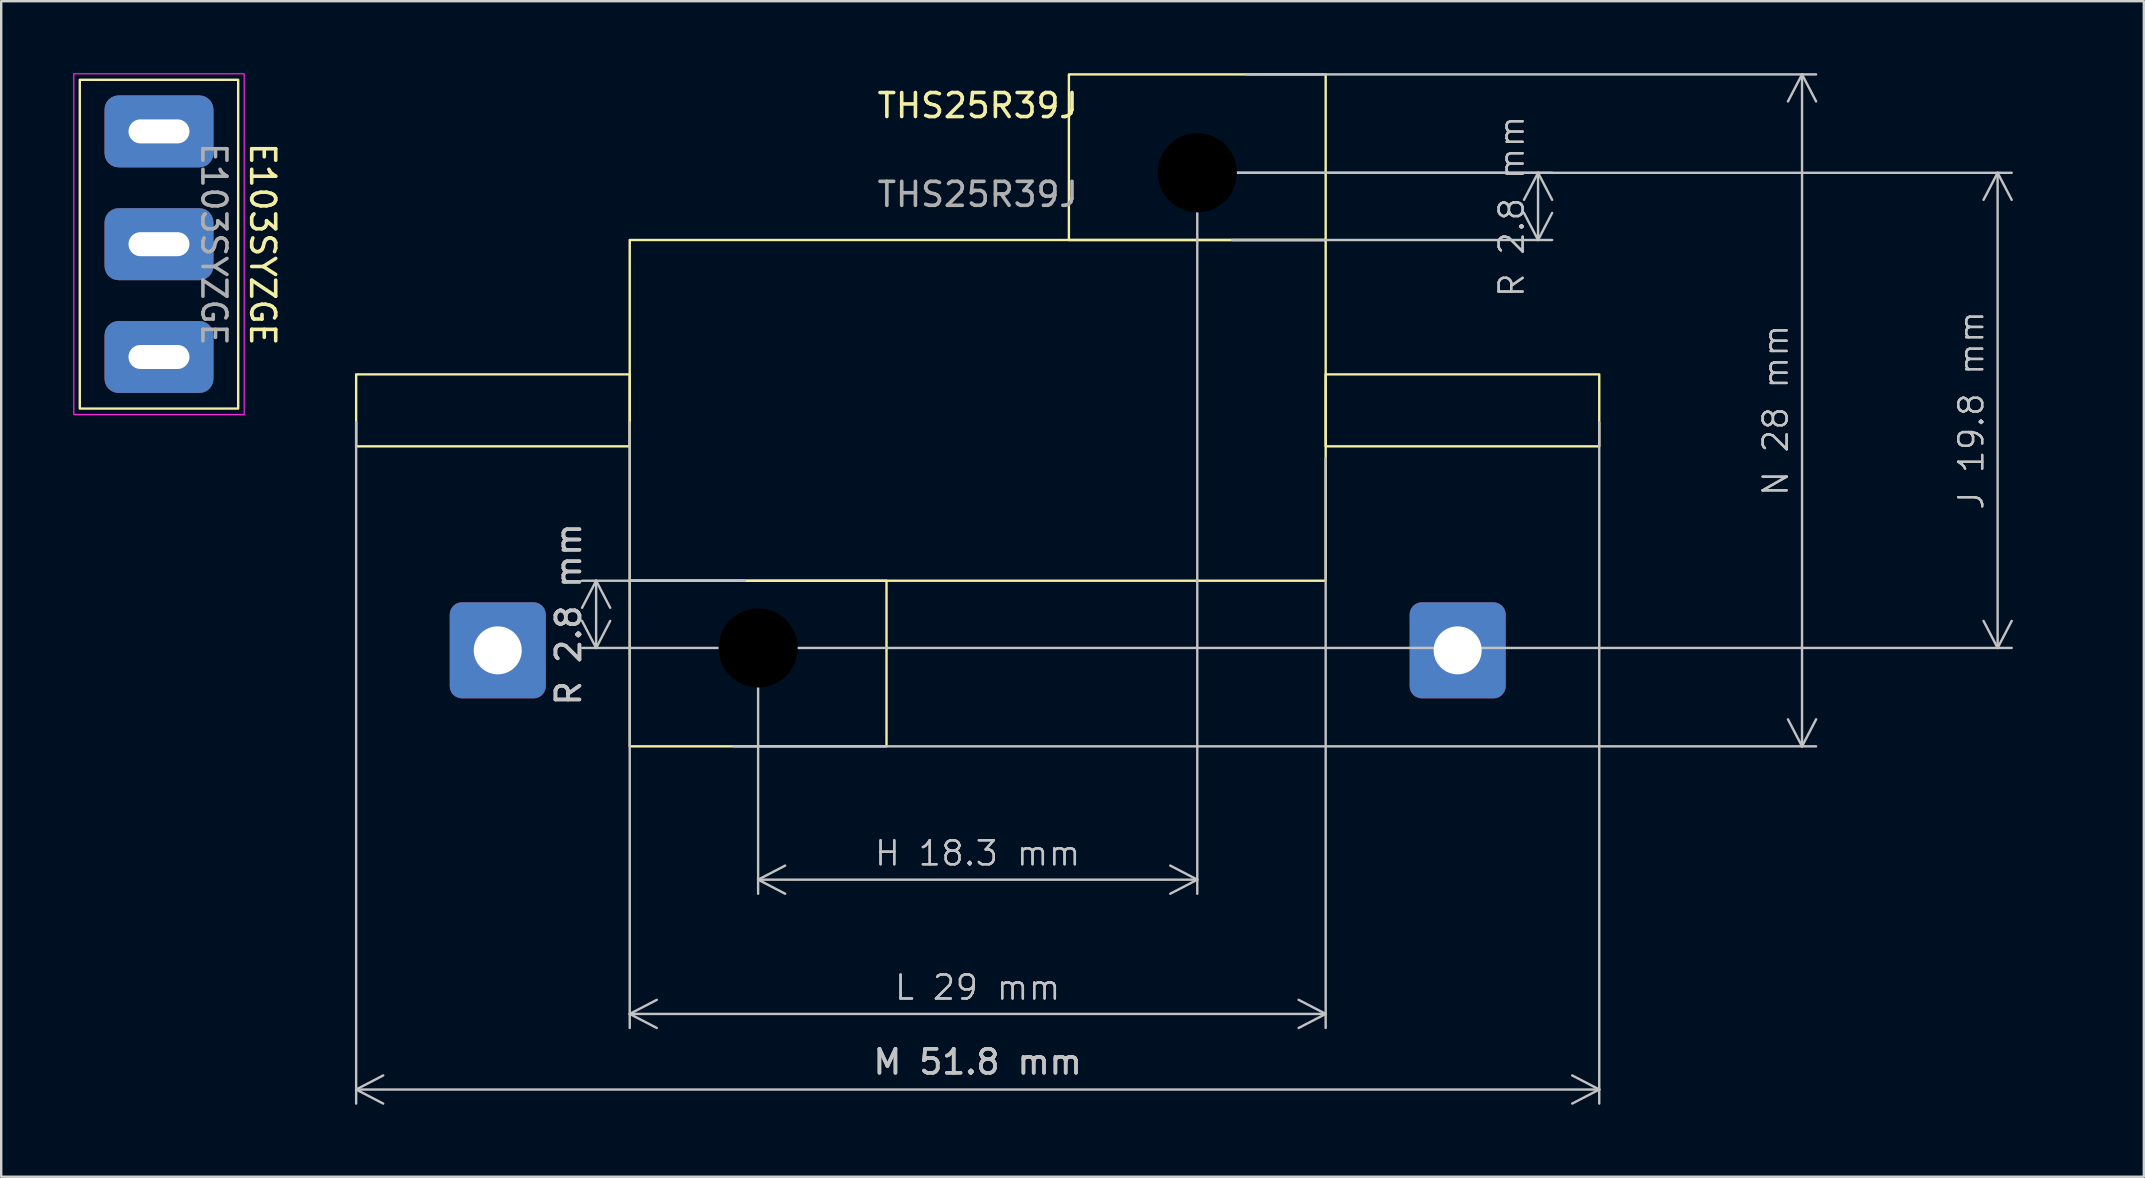
<source format=kicad_pcb>
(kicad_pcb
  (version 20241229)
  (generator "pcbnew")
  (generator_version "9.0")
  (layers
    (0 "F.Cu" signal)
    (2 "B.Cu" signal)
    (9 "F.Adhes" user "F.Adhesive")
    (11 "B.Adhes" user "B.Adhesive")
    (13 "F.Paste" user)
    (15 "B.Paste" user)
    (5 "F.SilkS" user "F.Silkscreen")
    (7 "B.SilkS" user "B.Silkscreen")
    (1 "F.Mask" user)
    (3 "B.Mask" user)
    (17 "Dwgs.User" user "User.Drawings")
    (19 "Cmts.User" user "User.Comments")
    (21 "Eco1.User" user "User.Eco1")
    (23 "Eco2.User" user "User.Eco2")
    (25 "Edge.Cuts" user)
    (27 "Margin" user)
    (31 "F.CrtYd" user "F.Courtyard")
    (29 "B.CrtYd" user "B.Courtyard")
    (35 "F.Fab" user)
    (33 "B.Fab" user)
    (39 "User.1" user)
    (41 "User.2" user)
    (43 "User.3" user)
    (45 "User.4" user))
  (footprint "THS25R39J"
    (layer "F.Cu")
    (at 37.691 14.05)
    (property "Reference" "THS25R39J" (at 0 -12.7 0) (unlocked yes) (layer "F.SilkS") (effects (font (size 1 1) (thickness 0.15))))
    (attr through_hole)
    (fp_rect (start -25.9 -1.5) (end -14.5 1.5) (stroke (width 0.1) (type solid)) (fill no) (layer "F.SilkS"))
    (fp_rect (start -14.5 -7.1) (end 14.5 7.1) (stroke (width 0.1) (type solid)) (fill no) (layer "F.SilkS"))
    (fp_rect (start -14.5 7.1) (end -3.8 14) (stroke (width 0.1) (type solid)) (fill no) (layer "F.SilkS"))
    (fp_rect (start 3.8 -14) (end 14.5 -7.1) (stroke (width 0.1) (type solid)) (fill no) (layer "F.SilkS"))
    (fp_rect (start 14.5 -1.5) (end 25.9 1.5) (stroke (width 0.1) (type solid)) (fill no) (layer "F.SilkS"))
    (fp_text user "${REFERENCE}" (at 0 -9 0) (unlocked yes) (layer "F.Fab") (effects (font (size 1 1) (thickness 0.15))))
    (dimension (type orthogonal) (layer "Dwgs.User") (pts (xy 46.841 4.05) (xy 28.541 24.05)) (height 29.556) (orientation 0) (format (prefix "H ") (suffix "") (units 2) (units_format 1) (precision 4) (suppress_zeroes yes)) (style (thickness 0.1) (arrow_length 1.27) (text_position_mode 0) (arrow_direction outward) (extension_height 0.586) (extension_offset 0.5) (keep_text_aligned yes)) (gr_text "H 18.3 mm" (at 37.691 32.506 0) (layer "Dwgs.User") (effects (font (size 1 1) (thickness 0.1)))))
    (dimension (type orthogonal) (layer "Dwgs.User") (pts (xy 28.491 21.15) (xy 28.541 23.95)) (height -6.7) (orientation 1) (format (prefix "R ") (suffix "") (units 2) (units_format 1) (precision 4) (suppress_zeroes yes)) (style (thickness 0.1) (arrow_length 1.27) (text_position_mode 0) (arrow_direction outward) (extension_height 0.586) (extension_offset 0.5) (keep_text_aligned yes)) (gr_text "R 2.8 mm" (at 20.641 22.55 90) (layer "Dwgs.User") (effects (font (size 1 1) (thickness 0.15)))))
    (dimension (type orthogonal) (layer "Dwgs.User") (pts (xy 11.791 14.05) (xy 63.591 14.05)) (height 28.3) (orientation 0) (format (prefix "M ") (suffix "") (units 2) (units_format 1) (precision 4) (suppress_zeroes yes)) (style (thickness 0.1) (arrow_length 1.27) (text_position_mode 0) (arrow_direction outward) (extension_height 0.586) (extension_offset 0.5) (keep_text_aligned yes)) (gr_text "M 51.8 mm" (at 37.691 41.2 0) (layer "Dwgs.User") (effects (font (size 1 1) (thickness 0.15)))))
    (dimension (type orthogonal) (layer "Dwgs.User") (pts (xy 23.191 14.05) (xy 52.191 15.55)) (height 25.15) (orientation 0) (format (prefix "L ") (suffix "") (units 2) (units_format 1) (precision 4) (suppress_zeroes yes)) (style (thickness 0.1) (arrow_length 1.27) (text_position_mode 0) (arrow_direction outward) (extension_height 0.586) (extension_offset 0.5) (keep_text_aligned yes)) (gr_text "L 29 mm" (at 37.691 38.1 0) (layer "Dwgs.User") (effects (font (size 1 1) (thickness 0.1)))))
    (dimension (type orthogonal) (layer "Dwgs.User") (pts (xy 46.841 4.15) (xy 47.791 6.95)) (height 14.2) (orientation 1) (format (prefix "R ") (suffix "") (units 2) (units_format 1) (precision 4) (suppress_zeroes yes)) (style (thickness 0.1) (arrow_length 1.27) (text_position_mode 0) (arrow_direction outward) (extension_height 0.586) (extension_offset 0.5) (keep_text_aligned yes)) (gr_text "R 2.8 mm" (at 59.941 5.55 90) (layer "Dwgs.User") (effects (font (size 1 1) (thickness 0.1)))))
    (dimension (type orthogonal) (layer "Dwgs.User") (pts (xy 27.012 28.05) (xy 48.37 0.05)) (height 45.029) (orientation 1) (format (prefix "N ") (suffix "") (units 2) (units_format 1) (precision 4) (suppress_zeroes yes)) (style (thickness 0.1) (arrow_length 1.27) (text_position_mode 0) (arrow_direction outward) (extension_height 0.586) (extension_offset 0.5) (keep_text_aligned yes)) (gr_text "N 28 mm" (at 70.941 14.05 90) (layer "Dwgs.User") (effects (font (size 1 1) (thickness 0.1)))))
    (dimension (type orthogonal) (layer "Dwgs.User") (pts (xy 28.541 23.95) (xy 46.851 4.15)) (height 51.65) (orientation 1) (format (prefix "J ") (suffix "") (units 2) (units_format 1) (precision 4) (suppress_zeroes yes)) (style (thickness 0.1) (arrow_length 1.27) (text_position_mode 0) (arrow_direction outward) (extension_height 0.586) (extension_offset 0.5) (keep_text_aligned yes)) (gr_text "J 19.8 mm" (at 79.091 14.05 90) (layer "Dwgs.User") (effects (font (size 1 1) (thickness 0.1)))))
    (pad "" np_thru_hole circle (at -9.15 9.9) (size 6.6 6.6) (drill 3.3) (layers))
    (pad "" np_thru_hole circle (at 9.15 -9.9) (size 6.6 6.6) (drill 3.3) (layers))
    (pad "1" thru_hole roundrect (at 20 10) (size 4 4) (drill 2) (layers "*.Cu" "*.Mask") (roundrect_rratio 0.125))
    (pad "2" thru_hole roundrect (at -20 10) (size 4 4) (drill 2) (layers "*.Cu" "*.Mask") (roundrect_rratio 0.125)))
  (footprint "E103SYZGE"
    (layer "F.Cu")
    (at 3.575 7.125)
    (property "Reference" "E103SYZGE" (at 4.318 0 270) (unlocked yes) (layer "F.SilkS") (effects (font (size 1 1) (thickness 0.15))))
    (attr through_hole)
    (fp_rect (start -3.3 -6.85) (end 3.3 6.85) (stroke (width 0.1) (type solid)) (fill no) (layer "F.SilkS"))
    (fp_rect (start -3.55 -7.1) (end 3.55 7.1) (stroke (width 0.05) (type solid)) (fill no) (layer "F.CrtYd"))
    (fp_text user "${REFERENCE}" (at 2.286 0 270) (unlocked yes) (layer "F.Fab") (effects (font (size 1 1) (thickness 0.15))))
    (pad "1" thru_hole roundrect (at 0 -4.7) (size 4.54 3) (drill oval 2.54 1) (layers "*.Cu" "*.Mask") (roundrect_rratio 0.197))
    (pad "2" thru_hole roundrect (at 0 0) (size 4.54 3) (drill oval 2.54 1) (layers "*.Cu" "*.Mask") (roundrect_rratio 0.197))
    (pad "3" thru_hole roundrect (at 0 4.7) (size 4.54 3) (drill oval 2.54 1) (layers "*.Cu" "*.Mask") (roundrect_rratio 0.197)))
  (gr_rect
    (start -3 -3)
    (end 86.284 45.986)
    (stroke (width 0.1) (type default))
    (fill no)
    (layer "Edge.Cuts")))
</source>
